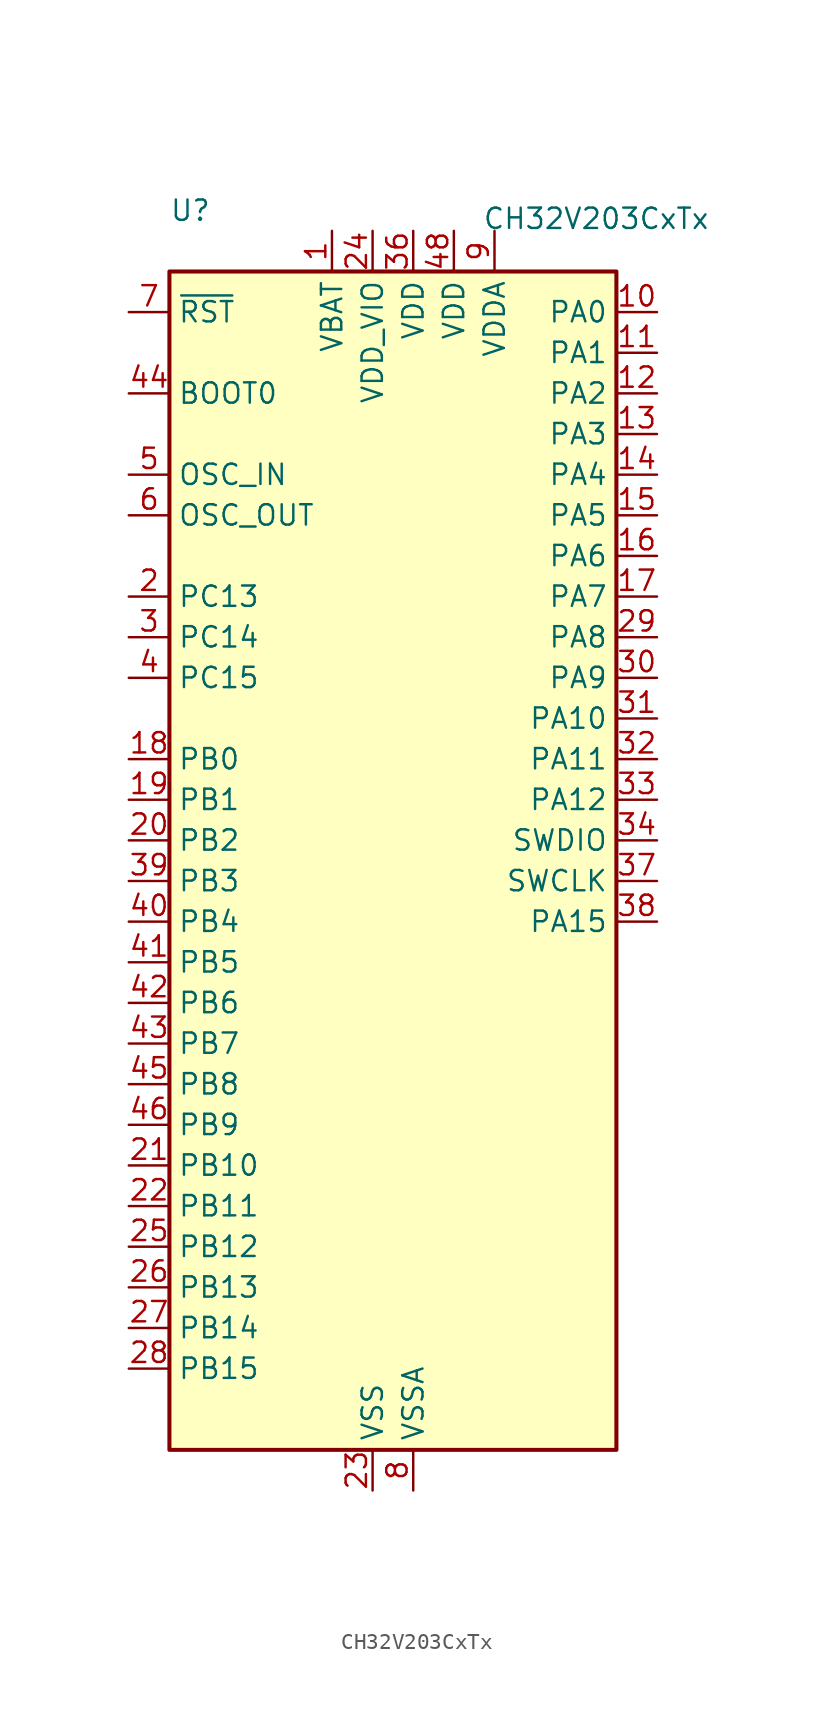
<source format=kicad_sym>
(kicad_symbol_lib
  (version 20241209)
  (generator "kicad_symbol_editor")
  (generator_version "9.0")
  (symbol "CH32V203CxTx"
    (property "Reference" "U"
      (at -12.7 39.37 0)
      (effects (font (size 1.27 1.27)) (justify left)))
    (property "Value" "CH32V203CxTx"
      (at 6.858 38.862 0)
      (effects (font (size 1.27 1.27)) (justify left)))
    (symbol "CH32V203CxTx_0_0"
      (pin input line (at -15.24 27.94 0) (length 2.54) (name "BOOT0" (effects (font (size 1.27 1.27)))) (number "44" (effects (font (size 1.27 1.27)))))
      (pin power_in line (at -2.54 38.1 270) (length 2.54) (name "VBAT" (effects (font (size 1.27 1.27)))) (number "1" (effects (font (size 1.27 1.27)))))
      (pin power_in line (at 0 38.1 270) (length 2.54) (name "VDD_VIO" (effects (font (size 1.27 1.27)))) (number "24" (effects (font (size 1.27 1.27)))))
      (pin power_in line (at 0 -40.64 90) (length 2.54) (name "VSS" (effects (font (size 1.27 1.27)))) (number "23" (effects (font (size 1.27 1.27)))))
      (pin power_in line (at 2.54 -40.64 90) (length 2.54) (name "VSSA" (effects (font (size 1.27 1.27)))) (number "8" (effects (font (size 1.27 1.27)))))
      (pin power_in line (at 7.62 38.1 270) (length 2.54) (name "VDDA" (effects (font (size 1.27 1.27)))) (number "9" (effects (font (size 1.27 1.27))))))
    (symbol "CH32V203CxTx_0_1"
      (rectangle (start -12.7 -38.1) (end 15.24 35.56) (stroke (width 0.254) (type default)) (fill (type background))))
    (symbol "CH32V203CxTx_1_0"
      (pin input line (at -15.24 33.02 0) (length 2.54) (name "~{RST}" (effects (font (size 1.27 1.27)))) (number "7" (effects (font (size 1.27 1.27)))))
      (pin bidirectional line (at -15.24 22.86 0) (length 2.54) (name "OSC_IN" (effects (font (size 1.27 1.27)))) (number "5" (effects (font (size 1.27 1.27)))) (alternate "PD0" bidirectional line))
      (pin bidirectional line (at -15.24 20.32 0) (length 2.54) (name "OSC_OUT" (effects (font (size 1.27 1.27)))) (number "6" (effects (font (size 1.27 1.27)))) (alternate "PD1" bidirectional line))
      (pin bidirectional line (at -15.24 15.24 0) (length 2.54) (name "PC13" (effects (font (size 1.27 1.27)))) (number "2" (effects (font (size 1.27 1.27)))) (alternate "TAMPER-RTC" bidirectional line))
      (pin bidirectional line (at -15.24 12.7 0) (length 2.54) (name "PC14" (effects (font (size 1.27 1.27)))) (number "3" (effects (font (size 1.27 1.27)))) (alternate "OSC32_IN" bidirectional line))
      (pin bidirectional line (at -15.24 10.16 0) (length 2.54) (name "PC15" (effects (font (size 1.27 1.27)))) (number "4" (effects (font (size 1.27 1.27)))) (alternate "OSC32_OUT" bidirectional line))
      (pin bidirectional line (at -15.24 5.08 0) (length 2.54) (name "PB0" (effects (font (size 1.27 1.27)))) (number "18" (effects (font (size 1.27 1.27)))) (alternate "ADC_IN8" bidirectional line) (alternate "OPA1_CH1P" bidirectional line) (alternate "TIM1_CH2N_1" bidirectional line) (alternate "TIM3_CH3" bidirectional line) (alternate "TIM3_CH3_2" bidirectional line) (alternate "USART4_TX" bidirectional line))
      (pin bidirectional line (at -15.24 2.54 0) (length 2.54) (name "PB1" (effects (font (size 1.27 1.27)))) (number "19" (effects (font (size 1.27 1.27)))) (alternate "ADC_IN9" bidirectional line) (alternate "OPA1_OUT1" bidirectional line) (alternate "TIM1_CH3N_1" bidirectional line) (alternate "TIM3_CH4" bidirectional line) (alternate "TIM3_CH4_2" bidirectional line) (alternate "UART4_RX" bidirectional line))
      (pin bidirectional line (at -15.24 0 0) (length 2.54) (name "PB2" (effects (font (size 1.27 1.27)))) (number "20" (effects (font (size 1.27 1.27)))) (alternate "BOOT1" bidirectional line) (alternate "USART4_CK" bidirectional line))
      (pin bidirectional line (at -15.24 -2.54 0) (length 2.54) (name "PB3" (effects (font (size 1.27 1.27)))) (number "39" (effects (font (size 1.27 1.27)))) (alternate "SPI1_SCK_1" bidirectional line) (alternate "TIM2_CH2_1" bidirectional line) (alternate "TIM2_CH2_3" bidirectional line) (alternate "USART4_CTS" bidirectional line))
      (pin bidirectional line (at -15.24 -5.08 0) (length 2.54) (name "PB4" (effects (font (size 1.27 1.27)))) (number "40" (effects (font (size 1.27 1.27)))) (alternate "SPI1_MISO" bidirectional line) (alternate "TIM3_CH1_2" bidirectional line) (alternate "USART4_RTS" bidirectional line))
      (pin bidirectional line (at -15.24 -7.62 0) (length 2.54) (name "PB5" (effects (font (size 1.27 1.27)))) (number "41" (effects (font (size 1.27 1.27)))) (alternate "CAN2_RX" bidirectional line) (alternate "SPI1_MOSI_1" bidirectional line) (alternate "TIM3_CH2_2" bidirectional line) (alternate "USART4_RX_1" bidirectional line))
      (pin bidirectional line (at -15.24 -10.16 0) (length 2.54) (name "PB6" (effects (font (size 1.27 1.27)))) (number "42" (effects (font (size 1.27 1.27)))) (alternate "I2C1_SCL" bidirectional line) (alternate "TIM4_CH1" bidirectional line) (alternate "USART1_TX_1" bidirectional line) (alternate "USBFS_DM" bidirectional line))
      (pin bidirectional line (at -15.24 -12.7 0) (length 2.54) (name "PB7" (effects (font (size 1.27 1.27)))) (number "43" (effects (font (size 1.27 1.27)))) (alternate "I2C1_SDA" bidirectional line) (alternate "TIM4_CH2" bidirectional line) (alternate "USART1_RX_1" bidirectional line) (alternate "USBFS_DP" bidirectional line))
      (pin bidirectional line (at -15.24 -15.24 0) (length 2.54) (name "PB8" (effects (font (size 1.27 1.27)))) (number "45" (effects (font (size 1.27 1.27)))) (alternate "CAN1_RX_2" bidirectional line) (alternate "I2C1_SCL_1" bidirectional line) (alternate "TIM4_CH3" bidirectional line))
      (pin bidirectional line (at -15.24 -17.78 0) (length 2.54) (name "PB9" (effects (font (size 1.27 1.27)))) (number "46" (effects (font (size 1.27 1.27)))) (alternate "CAN1_TX_2" bidirectional line) (alternate "I2C1_SDA_1" bidirectional line) (alternate "TIM4_CH4" bidirectional line))
      (pin bidirectional line (at -15.24 -20.32 0) (length 2.54) (name "PB10" (effects (font (size 1.27 1.27)))) (number "21" (effects (font (size 1.27 1.27)))) (alternate "I2C2_SCL" bidirectional line) (alternate "OPA2_CH0N" bidirectional line) (alternate "TIM2_CH3_2" bidirectional line) (alternate "TIM2_CH3_3" bidirectional line) (alternate "USART3_TX" bidirectional line))
      (pin bidirectional line (at -15.24 -22.86 0) (length 2.54) (name "PB11" (effects (font (size 1.27 1.27)))) (number "22" (effects (font (size 1.27 1.27)))) (alternate "I2C2_SDA" bidirectional line) (alternate "OPA1_CH0N" bidirectional line) (alternate "TIM2_CH4_2" bidirectional line) (alternate "TIM2_CH4_3" bidirectional line) (alternate "USART3_RX" bidirectional line))
      (pin bidirectional line (at -15.24 -25.4 0) (length 2.54) (name "PB12" (effects (font (size 1.27 1.27)))) (number "25" (effects (font (size 1.27 1.27)))) (alternate "I2C2_SMBA" bidirectional line) (alternate "SPI2_NSS" bidirectional line) (alternate "TIM1_BKIN" bidirectional line) (alternate "USART3_CK" bidirectional line))
      (pin bidirectional line (at -15.24 -27.94 0) (length 2.54) (name "PB13" (effects (font (size 1.27 1.27)))) (number "26" (effects (font (size 1.27 1.27)))) (alternate "SPI2_SCK" bidirectional line) (alternate "TIM1_CH1N" bidirectional line) (alternate "USART3_CTS" bidirectional line))
      (pin bidirectional line (at -15.24 -30.48 0) (length 2.54) (name "PB14" (effects (font (size 1.27 1.27)))) (number "27" (effects (font (size 1.27 1.27)))) (alternate "OPA2_CH0P" bidirectional line) (alternate "SPI2_MISO" bidirectional line) (alternate "TIM1_CH2N" bidirectional line) (alternate "USART3_RTS" bidirectional line))
      (pin bidirectional line (at -15.24 -33.02 0) (length 2.54) (name "PB15" (effects (font (size 1.27 1.27)))) (number "28" (effects (font (size 1.27 1.27)))) (alternate "OPA1_CH0P" bidirectional line) (alternate "SPI2_MOSI" bidirectional line) (alternate "TIM1_CH3N" bidirectional line))
      (pin passive line (at 0 -40.64 90) (length 2.54) (hide yes) (name "VSS" (effects (font (size 1.27 1.27)))) (number "35" (effects (font (size 1.27 1.27)))))
      (pin passive line (at 0 -40.64 90) (length 2.54) (hide yes) (name "VSS" (effects (font (size 1.27 1.27)))) (number "47" (effects (font (size 1.27 1.27)))))
      (pin power_in line (at 2.54 38.1 270) (length 2.54) (name "VDD" (effects (font (size 1.27 1.27)))) (number "36" (effects (font (size 1.27 1.27)))))
      (pin power_in line (at 5.08 38.1 270) (length 2.54) (name "VDD" (effects (font (size 1.27 1.27)))) (number "48" (effects (font (size 1.27 1.27)))))
      (pin bidirectional line (at 17.78 33.02 180) (length 2.54) (name "PA0" (effects (font (size 1.27 1.27)))) (number "10" (effects (font (size 1.27 1.27)))) (alternate "ADC_IN0" bidirectional line) (alternate "TIM2_CH1" bidirectional line) (alternate "TIM2_CH1_ETR" bidirectional line) (alternate "TIM2_CH1_ETR_2" bidirectional line) (alternate "TIM2_ETR" bidirectional line) (alternate "USART2_CTS" bidirectional line) (alternate "WKUP" bidirectional line))
      (pin bidirectional line (at 17.78 30.48 180) (length 2.54) (name "PA1" (effects (font (size 1.27 1.27)))) (number "11" (effects (font (size 1.27 1.27)))) (alternate "ADC_IN1" bidirectional line) (alternate "TIM2_CH2" bidirectional line) (alternate "TIM2_CH2_2" bidirectional line) (alternate "USART2_RTS" bidirectional line))
      (pin bidirectional line (at 17.78 27.94 180) (length 2.54) (name "PA2" (effects (font (size 1.27 1.27)))) (number "12" (effects (font (size 1.27 1.27)))) (alternate "ADC_IN2" bidirectional line) (alternate "OPA2_OUT0" bidirectional line) (alternate "TIM2_CH3" bidirectional line) (alternate "TIM2_CH3_1" bidirectional line) (alternate "USART2_TX" bidirectional line))
      (pin bidirectional line (at 17.78 25.4 180) (length 2.54) (name "PA3" (effects (font (size 1.27 1.27)))) (number "13" (effects (font (size 1.27 1.27)))) (alternate "ADC_IN3" bidirectional line) (alternate "OPA1_OUT0" bidirectional line) (alternate "TIM2_CH4" bidirectional line) (alternate "TIM2_CH4_1" bidirectional line) (alternate "USART2_RX" bidirectional line))
      (pin bidirectional line (at 17.78 22.86 180) (length 2.54) (name "PA4" (effects (font (size 1.27 1.27)))) (number "14" (effects (font (size 1.27 1.27)))) (alternate "ADC_IN4" bidirectional line) (alternate "OPA2_OUT1" bidirectional line) (alternate "SPI1_NSS" bidirectional line) (alternate "USART2_CK" bidirectional line))
      (pin bidirectional line (at 17.78 20.32 180) (length 2.54) (name "PA5" (effects (font (size 1.27 1.27)))) (number "15" (effects (font (size 1.27 1.27)))) (alternate "ADC_IN5" bidirectional line) (alternate "OPA2_CH1N" bidirectional line) (alternate "SPI1_SCK" bidirectional line) (alternate "USART4_TX_1" bidirectional line))
      (pin bidirectional line (at 17.78 17.78 180) (length 2.54) (name "PA6" (effects (font (size 1.27 1.27)))) (number "16" (effects (font (size 1.27 1.27)))) (alternate "ADC_IN6" bidirectional line) (alternate "OPA1_CH1N" bidirectional line) (alternate "SPI1_MISO" bidirectional line) (alternate "TIM1_BKIN_1" bidirectional line) (alternate "TIM3_CH1" bidirectional line) (alternate "USART4_CK_1" bidirectional line))
      (pin bidirectional line (at 17.78 15.24 180) (length 2.54) (name "PA7" (effects (font (size 1.27 1.27)))) (number "17" (effects (font (size 1.27 1.27)))) (alternate "ADC_IN7" bidirectional line) (alternate "OPA2_CH1P" bidirectional line) (alternate "SPI1_MOSI" bidirectional line) (alternate "TIM1_CH1N_1" bidirectional line) (alternate "TIM3_CH2" bidirectional line) (alternate "USART4_CTS_1" bidirectional line))
      (pin bidirectional line (at 17.78 12.7 180) (length 2.54) (name "PA8" (effects (font (size 1.27 1.27)))) (number "29" (effects (font (size 1.27 1.27)))) (alternate "MCO" bidirectional line) (alternate "TIM1_CH1" bidirectional line) (alternate "TIM1_CH1_1" bidirectional line) (alternate "USART1_CK" bidirectional line) (alternate "USART1_CK_1" bidirectional line))
      (pin bidirectional line (at 17.78 10.16 180) (length 2.54) (name "PA9" (effects (font (size 1.27 1.27)))) (number "30" (effects (font (size 1.27 1.27)))) (alternate "TIM1_CH2" bidirectional line) (alternate "TIM1_CH2_1" bidirectional line) (alternate "USART1_TX" bidirectional line))
      (pin bidirectional line (at 17.78 7.62 180) (length 2.54) (name "PA10" (effects (font (size 1.27 1.27)))) (number "31" (effects (font (size 1.27 1.27)))) (alternate "TIM1_CH3" bidirectional line) (alternate "TIM1_CH3_1" bidirectional line) (alternate "USART1_RX" bidirectional line))
      (pin bidirectional line (at 17.78 5.08 180) (length 2.54) (name "PA11" (effects (font (size 1.27 1.27)))) (number "32" (effects (font (size 1.27 1.27)))) (alternate "CAN1_RX" bidirectional line) (alternate "TIM1_CH4" bidirectional line) (alternate "TIM1_CH4_1" bidirectional line) (alternate "USART1_CTS" bidirectional line) (alternate "USART1_CTS_1" bidirectional line) (alternate "USBDM" bidirectional line))
      (pin bidirectional line (at 17.78 2.54 180) (length 2.54) (name "PA12" (effects (font (size 1.27 1.27)))) (number "33" (effects (font (size 1.27 1.27)))) (alternate "CAN1_TX" bidirectional line) (alternate "TIM1_ETR" bidirectional line) (alternate "TIM1_ETR_1" bidirectional line) (alternate "USART1_RTS" bidirectional line) (alternate "USART1_RTS_1" bidirectional line) (alternate "USBDP" bidirectional line))
      (pin bidirectional line (at 17.78 0 180) (length 2.54) (name "SWDIO" (effects (font (size 1.27 1.27)))) (number "34" (effects (font (size 1.27 1.27)))) (alternate "PA13" bidirectional line))
      (pin bidirectional line (at 17.78 -2.54 180) (length 2.54) (name "SWCLK" (effects (font (size 1.27 1.27)))) (number "37" (effects (font (size 1.27 1.27)))) (alternate "PA14" bidirectional line))
      (pin bidirectional line (at 17.78 -5.08 180) (length 2.54) (name "PA15" (effects (font (size 1.27 1.27)))) (number "38" (effects (font (size 1.27 1.27)))) (alternate "TIM2_CH13" bidirectional line) (alternate "TIM2_CH1_1" bidirectional line) (alternate "TIM2_ETR_1" bidirectional line) (alternate "TIM2_ETR_3" bidirectional line) (alternate "USART4_RTS_1" bidirectional line)))))
</source>
